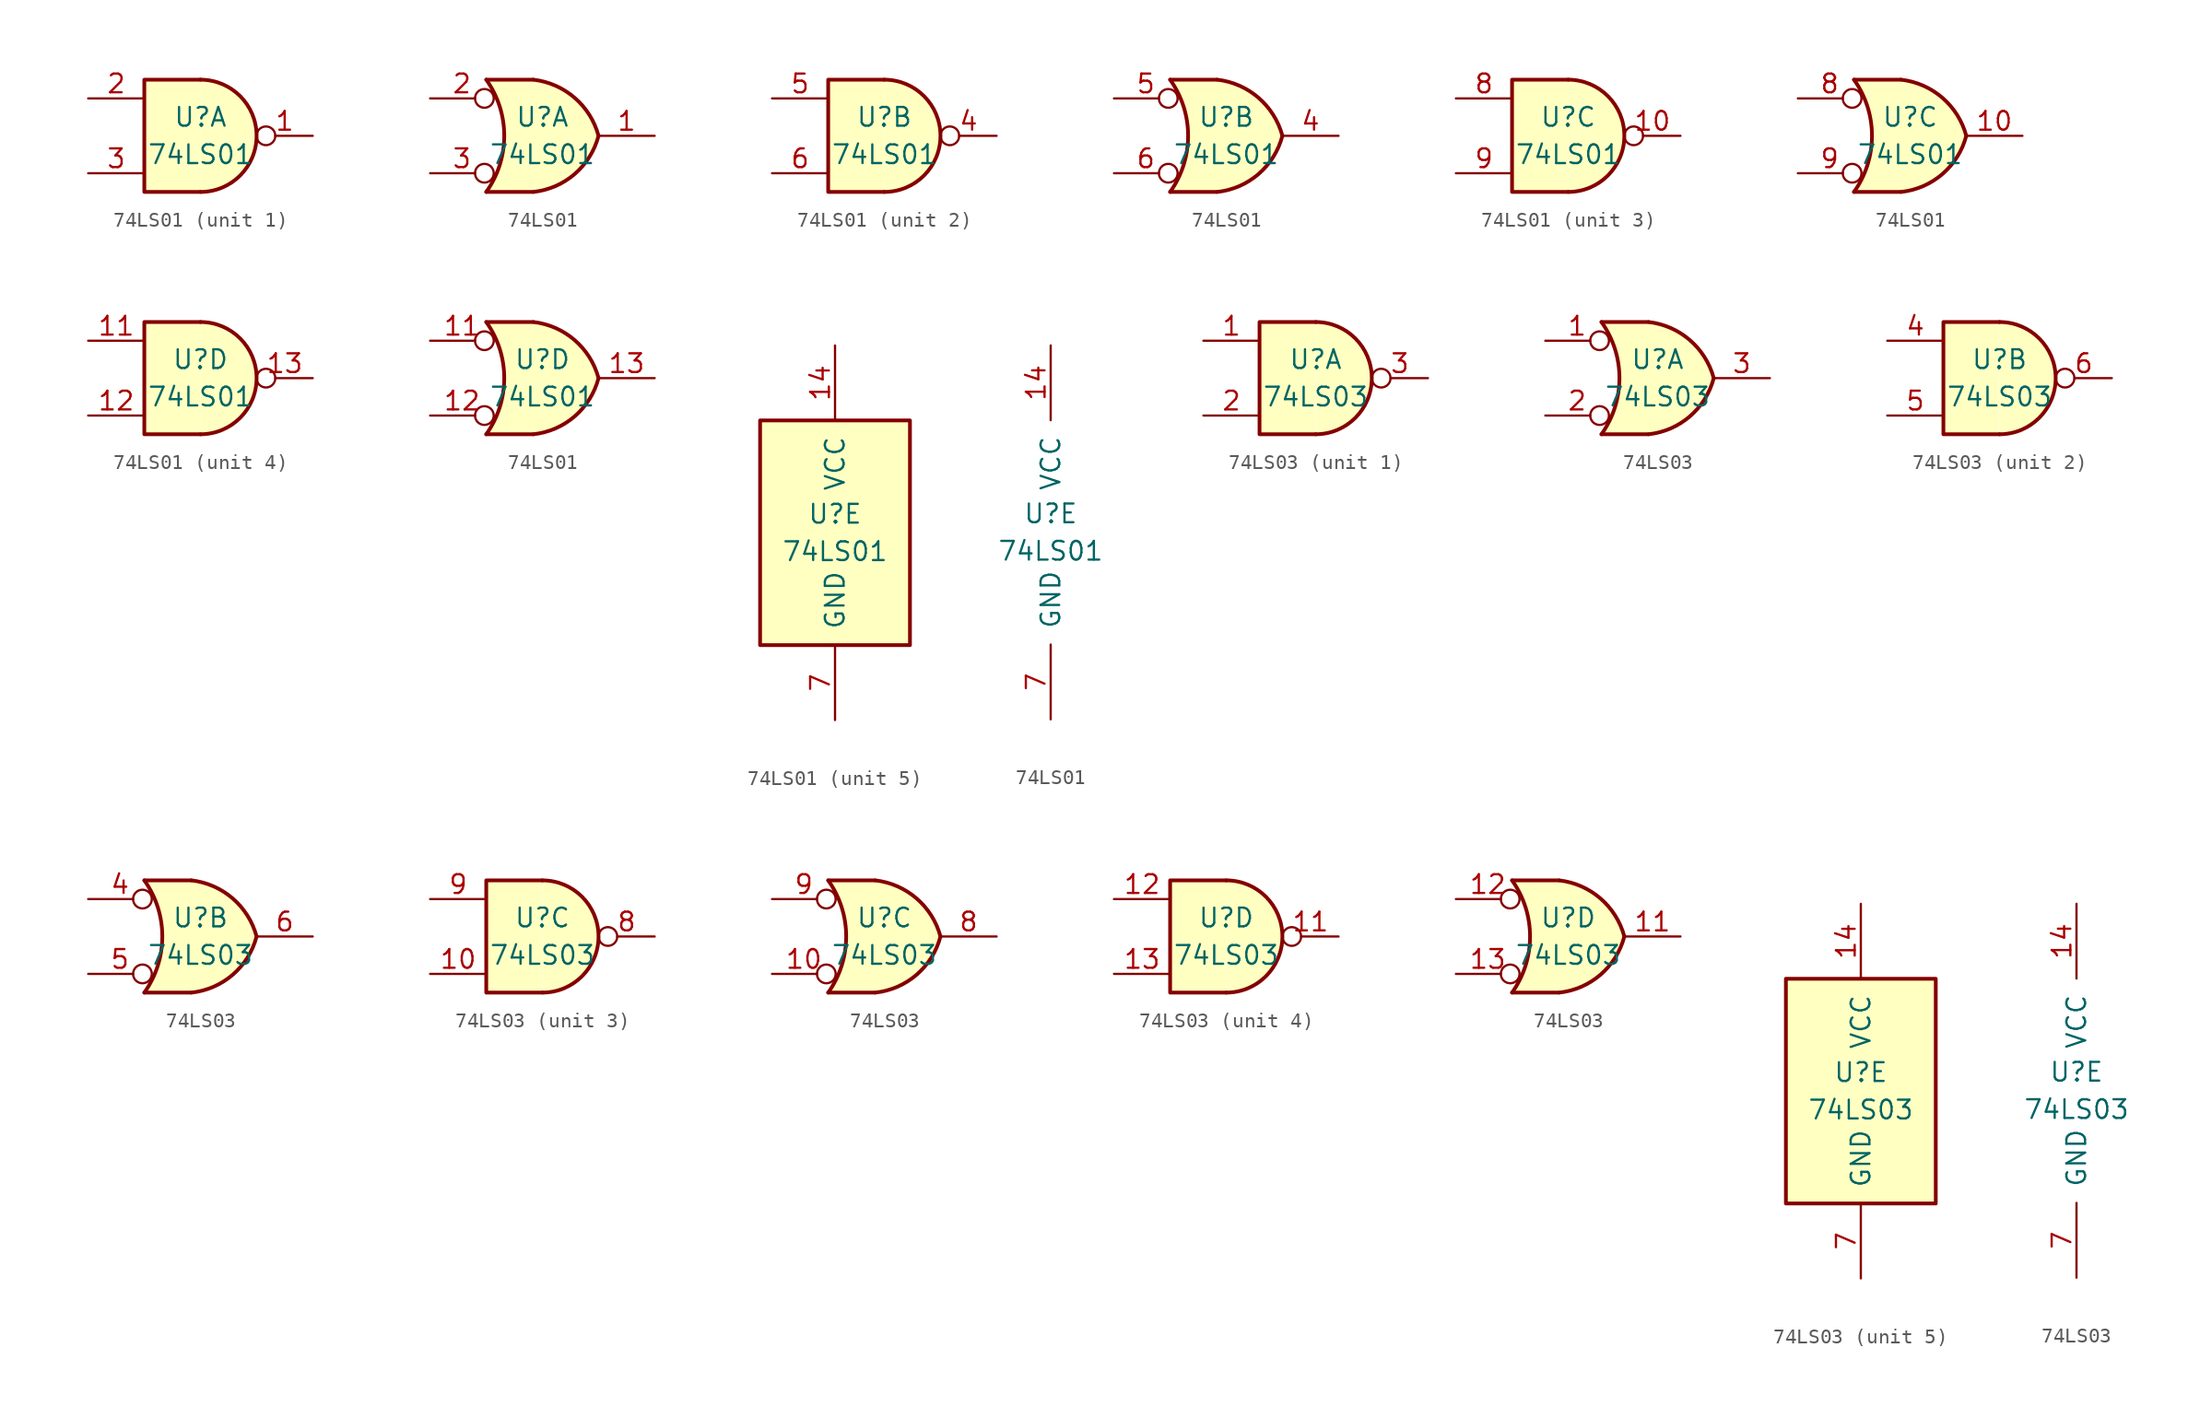
<source format=kicad_sym>
(kicad_symbol_lib
  (version 20241209)
  (generator "kicad_symbol_editor")
  (generator_version "9.0")
  (symbol "74LS01"
    (pin_names
      (offset 1.016))
    (property "Reference" "U"
      (at 0 1.27 0)
      (effects (font (size 1.27 1.27))))
    (property "Value" "74LS01"
      (at 0 -1.27 0)
      (effects (font (size 1.27 1.27))))
    (property "ki_locked" ""
      (at 0 0 0)
      (effects (font (size 1.27 1.27))))
    (symbol "74LS01_1_1"
      (polyline (pts (xy 0 3.81) (xy -3.81 3.81) (xy -3.81 -3.81) (xy 0 -3.81)) (stroke (width 0.254) (type solid)) (fill (type background)))
      (arc (start 0 3.81) (mid 3.81 0) (end 0 -3.81) (stroke (width 0.254) (type solid)) (fill (type background)))
      (pin input line (at -7.62 2.54 0) (length 3.81) (name "~" (effects (font (size 1.27 1.27)))) (number "2" (effects (font (size 1.27 1.27)))))
      (pin input line (at -7.62 -2.54 0) (length 3.81) (name "~" (effects (font (size 1.27 1.27)))) (number "3" (effects (font (size 1.27 1.27)))))
      (pin open_collector inverted (at 7.62 0 180) (length 3.81) (name "~" (effects (font (size 1.27 1.27)))) (number "1" (effects (font (size 1.27 1.27))))))
    (symbol "74LS01_1_2"
      (arc (start -3.81 3.81) (mid -2.589 0) (end -3.81 -3.81) (stroke (width 0.254) (type solid)) (fill (type none)))
      (polyline (pts (xy -3.81 3.81) (xy -0.635 3.81)) (stroke (width 0.254) (type solid)) (fill (type background)))
      (polyline (pts (xy -3.81 -3.81) (xy -0.635 -3.81)) (stroke (width 0.254) (type solid)) (fill (type background)))
      (arc (start 3.81 0) (mid 2.1915 -2.5936) (end -0.6096 -3.81) (stroke (width 0.254) (type solid)) (fill (type background)))
      (arc (start -0.6096 3.81) (mid 2.1842 2.5851) (end 3.81 0) (stroke (width 0.254) (type solid)) (fill (type background)))
      (polyline (pts (xy -0.635 3.81) (xy -3.81 3.81) (xy -3.81 3.81) (xy -3.556 3.404) (xy -3.023 2.261) (xy -2.692 1.041) (xy -2.616 -0.254) (xy -2.769 -1.499) (xy -3.175 -2.718) (xy -3.81 -3.81) (xy -3.81 -3.81) (xy -0.635 -3.81)) (stroke (width -25.4) (type solid)) (fill (type background)))
      (pin input inverted (at -7.62 2.54 0) (length 4.318) (name "~" (effects (font (size 1.27 1.27)))) (number "2" (effects (font (size 1.27 1.27)))))
      (pin input inverted (at -7.62 -2.54 0) (length 4.318) (name "~" (effects (font (size 1.27 1.27)))) (number "3" (effects (font (size 1.27 1.27)))))
      (pin open_collector line (at 7.62 0 180) (length 3.81) (name "~" (effects (font (size 1.27 1.27)))) (number "1" (effects (font (size 1.27 1.27))))))
    (symbol "74LS01_2_1"
      (polyline (pts (xy 0 3.81) (xy -3.81 3.81) (xy -3.81 -3.81) (xy 0 -3.81)) (stroke (width 0.254) (type solid)) (fill (type background)))
      (arc (start 0 3.81) (mid 3.81 0) (end 0 -3.81) (stroke (width 0.254) (type solid)) (fill (type background)))
      (pin input line (at -7.62 2.54 0) (length 3.81) (name "~" (effects (font (size 1.27 1.27)))) (number "5" (effects (font (size 1.27 1.27)))))
      (pin input line (at -7.62 -2.54 0) (length 3.81) (name "~" (effects (font (size 1.27 1.27)))) (number "6" (effects (font (size 1.27 1.27)))))
      (pin open_collector inverted (at 7.62 0 180) (length 3.81) (name "~" (effects (font (size 1.27 1.27)))) (number "4" (effects (font (size 1.27 1.27))))))
    (symbol "74LS01_2_2"
      (arc (start -3.81 3.81) (mid -2.589 0) (end -3.81 -3.81) (stroke (width 0.254) (type solid)) (fill (type none)))
      (polyline (pts (xy -3.81 3.81) (xy -0.635 3.81)) (stroke (width 0.254) (type solid)) (fill (type background)))
      (polyline (pts (xy -3.81 -3.81) (xy -0.635 -3.81)) (stroke (width 0.254) (type solid)) (fill (type background)))
      (arc (start 3.81 0) (mid 2.1915 -2.5936) (end -0.6096 -3.81) (stroke (width 0.254) (type solid)) (fill (type background)))
      (arc (start -0.6096 3.81) (mid 2.1842 2.5851) (end 3.81 0) (stroke (width 0.254) (type solid)) (fill (type background)))
      (polyline (pts (xy -0.635 3.81) (xy -3.81 3.81) (xy -3.81 3.81) (xy -3.556 3.404) (xy -3.023 2.261) (xy -2.692 1.041) (xy -2.616 -0.254) (xy -2.769 -1.499) (xy -3.175 -2.718) (xy -3.81 -3.81) (xy -3.81 -3.81) (xy -0.635 -3.81)) (stroke (width -25.4) (type solid)) (fill (type background)))
      (pin input inverted (at -7.62 2.54 0) (length 4.318) (name "~" (effects (font (size 1.27 1.27)))) (number "5" (effects (font (size 1.27 1.27)))))
      (pin input inverted (at -7.62 -2.54 0) (length 4.318) (name "~" (effects (font (size 1.27 1.27)))) (number "6" (effects (font (size 1.27 1.27)))))
      (pin open_collector line (at 7.62 0 180) (length 3.81) (name "~" (effects (font (size 1.27 1.27)))) (number "4" (effects (font (size 1.27 1.27))))))
    (symbol "74LS01_3_1"
      (polyline (pts (xy 0 3.81) (xy -3.81 3.81) (xy -3.81 -3.81) (xy 0 -3.81)) (stroke (width 0.254) (type solid)) (fill (type background)))
      (arc (start 0 3.81) (mid 3.81 0) (end 0 -3.81) (stroke (width 0.254) (type solid)) (fill (type background)))
      (pin input line (at -7.62 2.54 0) (length 3.81) (name "~" (effects (font (size 1.27 1.27)))) (number "8" (effects (font (size 1.27 1.27)))))
      (pin input line (at -7.62 -2.54 0) (length 3.81) (name "~" (effects (font (size 1.27 1.27)))) (number "9" (effects (font (size 1.27 1.27)))))
      (pin open_collector inverted (at 7.62 0 180) (length 3.81) (name "~" (effects (font (size 1.27 1.27)))) (number "10" (effects (font (size 1.27 1.27))))))
    (symbol "74LS01_3_2"
      (arc (start -3.81 3.81) (mid -2.589 0) (end -3.81 -3.81) (stroke (width 0.254) (type solid)) (fill (type none)))
      (polyline (pts (xy -3.81 3.81) (xy -0.635 3.81)) (stroke (width 0.254) (type solid)) (fill (type background)))
      (polyline (pts (xy -3.81 -3.81) (xy -0.635 -3.81)) (stroke (width 0.254) (type solid)) (fill (type background)))
      (arc (start 3.81 0) (mid 2.1915 -2.5936) (end -0.6096 -3.81) (stroke (width 0.254) (type solid)) (fill (type background)))
      (arc (start -0.6096 3.81) (mid 2.1842 2.5851) (end 3.81 0) (stroke (width 0.254) (type solid)) (fill (type background)))
      (polyline (pts (xy -0.635 3.81) (xy -3.81 3.81) (xy -3.81 3.81) (xy -3.556 3.404) (xy -3.023 2.261) (xy -2.692 1.041) (xy -2.616 -0.254) (xy -2.769 -1.499) (xy -3.175 -2.718) (xy -3.81 -3.81) (xy -3.81 -3.81) (xy -0.635 -3.81)) (stroke (width -25.4) (type solid)) (fill (type background)))
      (pin input inverted (at -7.62 2.54 0) (length 4.318) (name "~" (effects (font (size 1.27 1.27)))) (number "8" (effects (font (size 1.27 1.27)))))
      (pin input inverted (at -7.62 -2.54 0) (length 4.318) (name "~" (effects (font (size 1.27 1.27)))) (number "9" (effects (font (size 1.27 1.27)))))
      (pin open_collector line (at 7.62 0 180) (length 3.81) (name "~" (effects (font (size 1.27 1.27)))) (number "10" (effects (font (size 1.27 1.27))))))
    (symbol "74LS01_4_1"
      (polyline (pts (xy 0 3.81) (xy -3.81 3.81) (xy -3.81 -3.81) (xy 0 -3.81)) (stroke (width 0.254) (type solid)) (fill (type background)))
      (arc (start 0 3.81) (mid 3.81 0) (end 0 -3.81) (stroke (width 0.254) (type solid)) (fill (type background)))
      (pin input line (at -7.62 2.54 0) (length 3.81) (name "~" (effects (font (size 1.27 1.27)))) (number "11" (effects (font (size 1.27 1.27)))))
      (pin input line (at -7.62 -2.54 0) (length 3.81) (name "~" (effects (font (size 1.27 1.27)))) (number "12" (effects (font (size 1.27 1.27)))))
      (pin open_collector inverted (at 7.62 0 180) (length 3.81) (name "~" (effects (font (size 1.27 1.27)))) (number "13" (effects (font (size 1.27 1.27))))))
    (symbol "74LS01_4_2"
      (arc (start -3.81 3.81) (mid -2.589 0) (end -3.81 -3.81) (stroke (width 0.254) (type solid)) (fill (type none)))
      (polyline (pts (xy -3.81 3.81) (xy -0.635 3.81)) (stroke (width 0.254) (type solid)) (fill (type background)))
      (polyline (pts (xy -3.81 -3.81) (xy -0.635 -3.81)) (stroke (width 0.254) (type solid)) (fill (type background)))
      (arc (start 3.81 0) (mid 2.1915 -2.5936) (end -0.6096 -3.81) (stroke (width 0.254) (type solid)) (fill (type background)))
      (arc (start -0.6096 3.81) (mid 2.1842 2.5851) (end 3.81 0) (stroke (width 0.254) (type solid)) (fill (type background)))
      (polyline (pts (xy -0.635 3.81) (xy -3.81 3.81) (xy -3.81 3.81) (xy -3.556 3.404) (xy -3.023 2.261) (xy -2.692 1.041) (xy -2.616 -0.254) (xy -2.769 -1.499) (xy -3.175 -2.718) (xy -3.81 -3.81) (xy -3.81 -3.81) (xy -0.635 -3.81)) (stroke (width -25.4) (type solid)) (fill (type background)))
      (pin input inverted (at -7.62 2.54 0) (length 4.318) (name "~" (effects (font (size 1.27 1.27)))) (number "11" (effects (font (size 1.27 1.27)))))
      (pin input inverted (at -7.62 -2.54 0) (length 4.318) (name "~" (effects (font (size 1.27 1.27)))) (number "12" (effects (font (size 1.27 1.27)))))
      (pin open_collector line (at 7.62 0 180) (length 3.81) (name "~" (effects (font (size 1.27 1.27)))) (number "13" (effects (font (size 1.27 1.27))))))
    (symbol "74LS01_5_0"
      (pin power_in line (at 0 12.7 270) (length 5.08) (name "VCC" (effects (font (size 1.27 1.27)))) (number "14" (effects (font (size 1.27 1.27)))))
      (pin power_in line (at 0 -12.7 90) (length 5.08) (name "GND" (effects (font (size 1.27 1.27)))) (number "7" (effects (font (size 1.27 1.27))))))
    (symbol "74LS01_5_1"
      (rectangle (start -5.08 7.62) (end 5.08 -7.62) (stroke (width 0.254) (type solid)) (fill (type background)))))
  (symbol "74LS03"
    (pin_names
      (offset 1.016))
    (property "Reference" "U"
      (at 0 1.27 0)
      (effects (font (size 1.27 1.27))))
    (property "Value" "74LS03"
      (at 0 -1.27 0)
      (effects (font (size 1.27 1.27))))
    (property "ki_locked" ""
      (at 0 0 0)
      (effects (font (size 1.27 1.27))))
    (symbol "74LS03_1_1"
      (polyline (pts (xy 0 3.81) (xy -3.81 3.81) (xy -3.81 -3.81) (xy 0 -3.81)) (stroke (width 0.254) (type solid)) (fill (type background)))
      (arc (start 0 3.81) (mid 3.81 0) (end 0 -3.81) (stroke (width 0.254) (type solid)) (fill (type background)))
      (pin input line (at -7.62 2.54 0) (length 3.81) (name "~" (effects (font (size 1.27 1.27)))) (number "1" (effects (font (size 1.27 1.27)))))
      (pin input line (at -7.62 -2.54 0) (length 3.81) (name "~" (effects (font (size 1.27 1.27)))) (number "2" (effects (font (size 1.27 1.27)))))
      (pin open_collector inverted (at 7.62 0 180) (length 3.81) (name "~" (effects (font (size 1.27 1.27)))) (number "3" (effects (font (size 1.27 1.27))))))
    (symbol "74LS03_1_2"
      (arc (start -3.81 3.81) (mid -2.589 0) (end -3.81 -3.81) (stroke (width 0.254) (type solid)) (fill (type none)))
      (polyline (pts (xy -3.81 3.81) (xy -0.635 3.81)) (stroke (width 0.254) (type solid)) (fill (type background)))
      (polyline (pts (xy -3.81 -3.81) (xy -0.635 -3.81)) (stroke (width 0.254) (type solid)) (fill (type background)))
      (arc (start 3.81 0) (mid 2.1915 -2.5936) (end -0.6096 -3.81) (stroke (width 0.254) (type solid)) (fill (type background)))
      (arc (start -0.6096 3.81) (mid 2.1842 2.5851) (end 3.81 0) (stroke (width 0.254) (type solid)) (fill (type background)))
      (polyline (pts (xy -0.635 3.81) (xy -3.81 3.81) (xy -3.81 3.81) (xy -3.556 3.404) (xy -3.023 2.261) (xy -2.692 1.041) (xy -2.616 -0.254) (xy -2.769 -1.499) (xy -3.175 -2.718) (xy -3.81 -3.81) (xy -3.81 -3.81) (xy -0.635 -3.81)) (stroke (width -25.4) (type solid)) (fill (type background)))
      (pin input inverted (at -7.62 2.54 0) (length 4.318) (name "~" (effects (font (size 1.27 1.27)))) (number "1" (effects (font (size 1.27 1.27)))))
      (pin input inverted (at -7.62 -2.54 0) (length 4.318) (name "~" (effects (font (size 1.27 1.27)))) (number "2" (effects (font (size 1.27 1.27)))))
      (pin open_collector line (at 7.62 0 180) (length 3.81) (name "~" (effects (font (size 1.27 1.27)))) (number "3" (effects (font (size 1.27 1.27))))))
    (symbol "74LS03_2_1"
      (polyline (pts (xy 0 3.81) (xy -3.81 3.81) (xy -3.81 -3.81) (xy 0 -3.81)) (stroke (width 0.254) (type solid)) (fill (type background)))
      (arc (start 0 3.81) (mid 3.81 0) (end 0 -3.81) (stroke (width 0.254) (type solid)) (fill (type background)))
      (pin input line (at -7.62 2.54 0) (length 3.81) (name "~" (effects (font (size 1.27 1.27)))) (number "4" (effects (font (size 1.27 1.27)))))
      (pin input line (at -7.62 -2.54 0) (length 3.81) (name "~" (effects (font (size 1.27 1.27)))) (number "5" (effects (font (size 1.27 1.27)))))
      (pin open_collector inverted (at 7.62 0 180) (length 3.81) (name "~" (effects (font (size 1.27 1.27)))) (number "6" (effects (font (size 1.27 1.27))))))
    (symbol "74LS03_2_2"
      (arc (start -3.81 3.81) (mid -2.589 0) (end -3.81 -3.81) (stroke (width 0.254) (type solid)) (fill (type none)))
      (polyline (pts (xy -3.81 3.81) (xy -0.635 3.81)) (stroke (width 0.254) (type solid)) (fill (type background)))
      (polyline (pts (xy -3.81 -3.81) (xy -0.635 -3.81)) (stroke (width 0.254) (type solid)) (fill (type background)))
      (arc (start 3.81 0) (mid 2.1915 -2.5936) (end -0.6096 -3.81) (stroke (width 0.254) (type solid)) (fill (type background)))
      (arc (start -0.6096 3.81) (mid 2.1842 2.5851) (end 3.81 0) (stroke (width 0.254) (type solid)) (fill (type background)))
      (polyline (pts (xy -0.635 3.81) (xy -3.81 3.81) (xy -3.81 3.81) (xy -3.556 3.404) (xy -3.023 2.261) (xy -2.692 1.041) (xy -2.616 -0.254) (xy -2.769 -1.499) (xy -3.175 -2.718) (xy -3.81 -3.81) (xy -3.81 -3.81) (xy -0.635 -3.81)) (stroke (width -25.4) (type solid)) (fill (type background)))
      (pin input inverted (at -7.62 2.54 0) (length 4.318) (name "~" (effects (font (size 1.27 1.27)))) (number "4" (effects (font (size 1.27 1.27)))))
      (pin input inverted (at -7.62 -2.54 0) (length 4.318) (name "~" (effects (font (size 1.27 1.27)))) (number "5" (effects (font (size 1.27 1.27)))))
      (pin open_collector line (at 7.62 0 180) (length 3.81) (name "~" (effects (font (size 1.27 1.27)))) (number "6" (effects (font (size 1.27 1.27))))))
    (symbol "74LS03_3_1"
      (polyline (pts (xy 0 3.81) (xy -3.81 3.81) (xy -3.81 -3.81) (xy 0 -3.81)) (stroke (width 0.254) (type solid)) (fill (type background)))
      (arc (start 0 3.81) (mid 3.81 0) (end 0 -3.81) (stroke (width 0.254) (type solid)) (fill (type background)))
      (pin input line (at -7.62 2.54 0) (length 3.81) (name "~" (effects (font (size 1.27 1.27)))) (number "9" (effects (font (size 1.27 1.27)))))
      (pin input line (at -7.62 -2.54 0) (length 3.81) (name "~" (effects (font (size 1.27 1.27)))) (number "10" (effects (font (size 1.27 1.27)))))
      (pin open_collector inverted (at 7.62 0 180) (length 3.81) (name "~" (effects (font (size 1.27 1.27)))) (number "8" (effects (font (size 1.27 1.27))))))
    (symbol "74LS03_3_2"
      (arc (start -3.81 3.81) (mid -2.589 0) (end -3.81 -3.81) (stroke (width 0.254) (type solid)) (fill (type none)))
      (polyline (pts (xy -3.81 3.81) (xy -0.635 3.81)) (stroke (width 0.254) (type solid)) (fill (type background)))
      (polyline (pts (xy -3.81 -3.81) (xy -0.635 -3.81)) (stroke (width 0.254) (type solid)) (fill (type background)))
      (arc (start 3.81 0) (mid 2.1915 -2.5936) (end -0.6096 -3.81) (stroke (width 0.254) (type solid)) (fill (type background)))
      (arc (start -0.6096 3.81) (mid 2.1842 2.5851) (end 3.81 0) (stroke (width 0.254) (type solid)) (fill (type background)))
      (polyline (pts (xy -0.635 3.81) (xy -3.81 3.81) (xy -3.81 3.81) (xy -3.556 3.404) (xy -3.023 2.261) (xy -2.692 1.041) (xy -2.616 -0.254) (xy -2.769 -1.499) (xy -3.175 -2.718) (xy -3.81 -3.81) (xy -3.81 -3.81) (xy -0.635 -3.81)) (stroke (width -25.4) (type solid)) (fill (type background)))
      (pin input inverted (at -7.62 2.54 0) (length 4.318) (name "~" (effects (font (size 1.27 1.27)))) (number "9" (effects (font (size 1.27 1.27)))))
      (pin input inverted (at -7.62 -2.54 0) (length 4.318) (name "~" (effects (font (size 1.27 1.27)))) (number "10" (effects (font (size 1.27 1.27)))))
      (pin open_collector line (at 7.62 0 180) (length 3.81) (name "~" (effects (font (size 1.27 1.27)))) (number "8" (effects (font (size 1.27 1.27))))))
    (symbol "74LS03_4_1"
      (polyline (pts (xy 0 3.81) (xy -3.81 3.81) (xy -3.81 -3.81) (xy 0 -3.81)) (stroke (width 0.254) (type solid)) (fill (type background)))
      (arc (start 0 3.81) (mid 3.81 0) (end 0 -3.81) (stroke (width 0.254) (type solid)) (fill (type background)))
      (pin input line (at -7.62 2.54 0) (length 3.81) (name "~" (effects (font (size 1.27 1.27)))) (number "12" (effects (font (size 1.27 1.27)))))
      (pin input line (at -7.62 -2.54 0) (length 3.81) (name "~" (effects (font (size 1.27 1.27)))) (number "13" (effects (font (size 1.27 1.27)))))
      (pin open_collector inverted (at 7.62 0 180) (length 3.81) (name "~" (effects (font (size 1.27 1.27)))) (number "11" (effects (font (size 1.27 1.27))))))
    (symbol "74LS03_4_2"
      (arc (start -3.81 3.81) (mid -2.589 0) (end -3.81 -3.81) (stroke (width 0.254) (type solid)) (fill (type none)))
      (polyline (pts (xy -3.81 3.81) (xy -0.635 3.81)) (stroke (width 0.254) (type solid)) (fill (type background)))
      (polyline (pts (xy -3.81 -3.81) (xy -0.635 -3.81)) (stroke (width 0.254) (type solid)) (fill (type background)))
      (arc (start 3.81 0) (mid 2.1915 -2.5936) (end -0.6096 -3.81) (stroke (width 0.254) (type solid)) (fill (type background)))
      (arc (start -0.6096 3.81) (mid 2.1842 2.5851) (end 3.81 0) (stroke (width 0.254) (type solid)) (fill (type background)))
      (polyline (pts (xy -0.635 3.81) (xy -3.81 3.81) (xy -3.81 3.81) (xy -3.556 3.404) (xy -3.023 2.261) (xy -2.692 1.041) (xy -2.616 -0.254) (xy -2.769 -1.499) (xy -3.175 -2.718) (xy -3.81 -3.81) (xy -3.81 -3.81) (xy -0.635 -3.81)) (stroke (width -25.4) (type solid)) (fill (type background)))
      (pin input inverted (at -7.62 2.54 0) (length 4.318) (name "~" (effects (font (size 1.27 1.27)))) (number "12" (effects (font (size 1.27 1.27)))))
      (pin input inverted (at -7.62 -2.54 0) (length 4.318) (name "~" (effects (font (size 1.27 1.27)))) (number "13" (effects (font (size 1.27 1.27)))))
      (pin open_collector line (at 7.62 0 180) (length 3.81) (name "~" (effects (font (size 1.27 1.27)))) (number "11" (effects (font (size 1.27 1.27))))))
    (symbol "74LS03_5_0"
      (pin power_in line (at 0 12.7 270) (length 5.08) (name "VCC" (effects (font (size 1.27 1.27)))) (number "14" (effects (font (size 1.27 1.27)))))
      (pin power_in line (at 0 -12.7 90) (length 5.08) (name "GND" (effects (font (size 1.27 1.27)))) (number "7" (effects (font (size 1.27 1.27))))))
    (symbol "74LS03_5_1"
      (rectangle (start -5.08 7.62) (end 5.08 -7.62) (stroke (width 0.254) (type solid)) (fill (type background))))))
</source>
